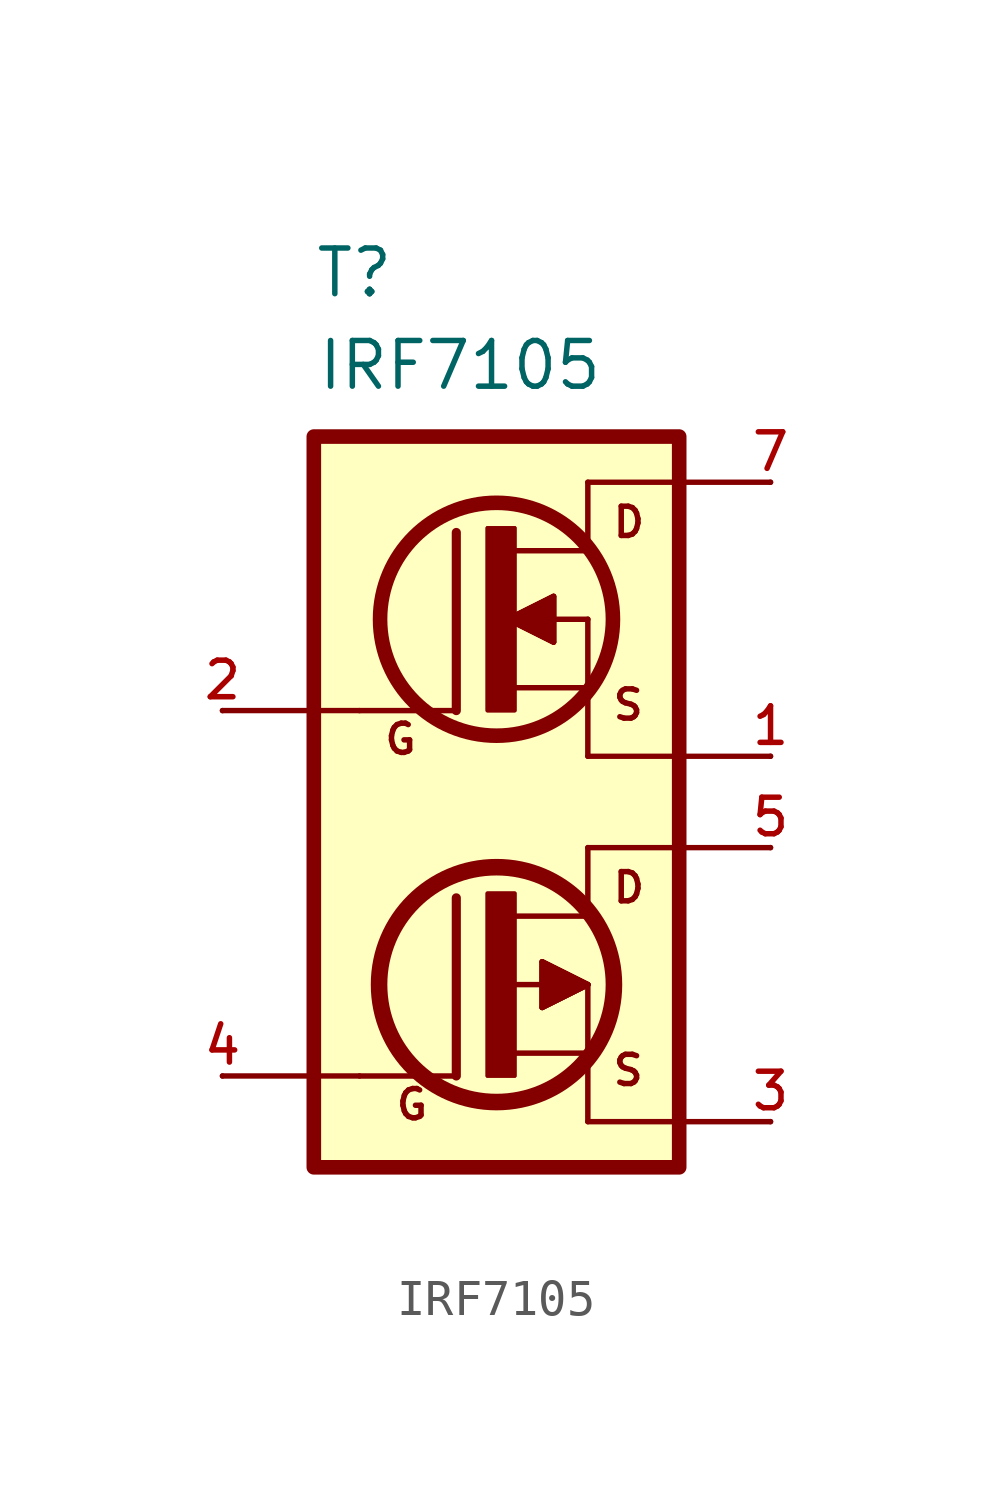
<source format=kicad_sym>
(kicad_symbol_lib
  (version 20211014)
  (generator kicad_symbol_editor)
  (symbol "IRF7105"
    (pin_names
      (offset 1.016))
    (property "Reference" "T"
      (at -5.08 13.97 0)
      (effects (font (size 1.27 1.27)) (justify left bottom)))
    (property "Value" "IRF7105"
      (at -5.016 11.398 0)
      (effects (font (size 1.27 1.27)) (justify left bottom)))
    (symbol "IRF7105_0_0"
      (rectangle (start -5.08 -10.16) (end 5.08 10.16) (stroke (width 0.406) (type default) (color 0 0 0 0)) (fill (type background)))
      (rectangle (start -0.254 -7.62) (end 0.508 -2.54) (stroke (width 0.1) (type default) (color 0 0 0 0)) (fill (type outline)))
      (rectangle (start -0.254 -7.62) (end 0.508 -2.54) (stroke (width 0.1) (type default) (color 0 0 0 0)) (fill (type outline)))
      (rectangle (start -0.254 2.54) (end 0.508 7.62) (stroke (width 0.1) (type default) (color 0 0 0 0)) (fill (type outline)))
      (rectangle (start -0.254 2.54) (end 0.508 7.62) (stroke (width 0.1) (type default) (color 0 0 0 0)) (fill (type outline)))
      (circle (center 0 -5.08) (radius 3.238) (stroke (width 0.406) (type default) (color 0 0 0 0)) (fill (type none)))
      (circle (center 0 -5.08) (radius 3.42) (stroke (width 0.152) (type default) (color 0 0 0 0)) (fill (type none)))
      (polyline (pts (xy -3.81 -7.62) (xy -7.62 -7.62)) (stroke (width 0.15) (type default) (color 0 0 0 0)) (fill (type none)))
      (polyline (pts (xy -3.81 2.54) (xy -7.62 2.54)) (stroke (width 0.15) (type default) (color 0 0 0 0)) (fill (type none)))
      (polyline (pts (xy -1.118 -7.62) (xy -3.81 -7.62)) (stroke (width 0.152) (type default) (color 0 0 0 0)) (fill (type none)))
      (polyline (pts (xy -1.118 -2.667) (xy -1.118 -7.62)) (stroke (width 0.254) (type default) (color 0 0 0 0)) (fill (type none)))
      (polyline (pts (xy -1.118 2.54) (xy -3.81 2.54)) (stroke (width 0.152) (type default) (color 0 0 0 0)) (fill (type none)))
      (polyline (pts (xy -1.118 7.493) (xy -1.118 2.54)) (stroke (width 0.254) (type default) (color 0 0 0 0)) (fill (type none)))
      (polyline (pts (xy 0.318 5.08) (xy 1.587 4.445)) (stroke (width 0.152) (type default) (color 0 0 0 0)) (fill (type none)))
      (polyline (pts (xy 0.508 -6.985) (xy 2.413 -6.985)) (stroke (width 0.152) (type default) (color 0 0 0 0)) (fill (type none)))
      (polyline (pts (xy 0.508 -5.08) (xy 2.54 -5.08)) (stroke (width 0.152) (type default) (color 0 0 0 0)) (fill (type none)))
      (polyline (pts (xy 0.508 3.175) (xy 2.413 3.175)) (stroke (width 0.152) (type default) (color 0 0 0 0)) (fill (type none)))
      (polyline (pts (xy 0.508 5.08) (xy 2.54 5.08)) (stroke (width 0.152) (type default) (color 0 0 0 0)) (fill (type none)))
      (polyline (pts (xy 1.27 -5.715) (xy 1.27 -4.445)) (stroke (width 0.152) (type default) (color 0 0 0 0)) (fill (type none)))
      (polyline (pts (xy 1.27 -4.445) (xy 2.54 -5.08)) (stroke (width 0.152) (type default) (color 0 0 0 0)) (fill (type none)))
      (polyline (pts (xy 1.587 4.445) (xy 1.587 5.715)) (stroke (width 0.152) (type default) (color 0 0 0 0)) (fill (type none)))
      (polyline (pts (xy 1.587 5.715) (xy 0.318 5.08)) (stroke (width 0.152) (type default) (color 0 0 0 0)) (fill (type none)))
      (polyline (pts (xy 2.54 -8.89) (xy 7.62 -8.89)) (stroke (width 0.152) (type default) (color 0 0 0 0)) (fill (type none)))
      (polyline (pts (xy 2.54 -5.08) (xy 1.27 -5.715)) (stroke (width 0.152) (type default) (color 0 0 0 0)) (fill (type none)))
      (polyline (pts (xy 2.54 -5.08) (xy 2.54 -8.89)) (stroke (width 0.152) (type default) (color 0 0 0 0)) (fill (type none)))
      (polyline (pts (xy 2.54 -3.175) (xy 0.533 -3.175)) (stroke (width 0.152) (type default) (color 0 0 0 0)) (fill (type none)))
      (polyline (pts (xy 2.54 -1.27) (xy 2.54 -3.175)) (stroke (width 0.152) (type default) (color 0 0 0 0)) (fill (type none)))
      (polyline (pts (xy 2.54 -1.27) (xy 7.62 -1.27)) (stroke (width 0.15) (type default) (color 0 0 0 0)) (fill (type none)))
      (polyline (pts (xy 2.54 1.27) (xy 7.62 1.27)) (stroke (width 0.15) (type default) (color 0 0 0 0)) (fill (type none)))
      (polyline (pts (xy 2.54 5.08) (xy 2.54 1.27)) (stroke (width 0.152) (type default) (color 0 0 0 0)) (fill (type none)))
      (polyline (pts (xy 2.54 6.985) (xy 0.533 6.985)) (stroke (width 0.152) (type default) (color 0 0 0 0)) (fill (type none)))
      (polyline (pts (xy 2.54 8.89) (xy 2.54 6.985)) (stroke (width 0.152) (type default) (color 0 0 0 0)) (fill (type none)))
      (polyline (pts (xy 2.54 8.89) (xy 7.62 8.89)) (stroke (width 0.15) (type default) (color 0 0 0 0)) (fill (type none)))
      (polyline (pts (xy 1.587 4.445) (xy 1.587 5.715) (xy 0.318 5.08) (xy 1.587 4.445)) (stroke (width 0.152) (type default) (color 0 0 0 0)) (fill (type outline)))
      (polyline (pts (xy 1.587 4.445) (xy 1.587 5.715) (xy 0.318 5.08) (xy 1.587 4.445)) (stroke (width 0.152) (type default) (color 0 0 0 0)) (fill (type outline)))
      (polyline (pts (xy 2.54 -5.08) (xy 1.27 -5.715) (xy 1.27 -4.445) (xy 2.54 -5.08)) (stroke (width 0.152) (type default) (color 0 0 0 0)) (fill (type outline)))
      (polyline (pts (xy 2.54 -5.08) (xy 1.27 -5.715) (xy 1.27 -4.445) (xy 2.54 -5.08)) (stroke (width 0.152) (type default) (color 0 0 0 0)) (fill (type outline)))
      (circle (center 0 5.08) (radius 3.238) (stroke (width 0.152) (type default) (color 0 0 0 0)) (fill (type none)))
      (circle (center 0 5.08) (radius 3.238) (stroke (width 0.406) (type default) (color 0 0 0 0)) (fill (type none)))
      (text "D" (at 3.175 -2.857 0) (effects (font (size 0.813 0.813)) (justify left bottom)))
      (text "D" (at 3.175 7.303 0) (effects (font (size 0.813 0.813)) (justify left bottom)))
      (text "G" (at -3.175 1.27 0) (effects (font (size 0.813 0.813)) (justify left bottom)))
      (text "G" (at -2.857 -8.89 0) (effects (font (size 0.813 0.813)) (justify left bottom)))
      (text "S" (at 3.175 -7.938 0) (effects (font (size 0.813 0.813)) (justify left bottom)))
      (text "S" (at 3.175 2.223 0) (effects (font (size 0.813 0.813)) (justify left bottom)))
      (pin passive line (at 7.62 1.27 180) (length 0) (name "~" (effects (font (size 1.016 1.016)))) (number "1" (effects (font (size 1.016 1.016)))))
      (pin passive line (at -7.62 2.54 0) (length 0) (name "~" (effects (font (size 1.016 1.016)))) (number "2" (effects (font (size 1.016 1.016)))))
      (pin passive line (at 7.62 -8.89 180) (length 0) (name "~" (effects (font (size 1.016 1.016)))) (number "3" (effects (font (size 1.016 1.016)))))
      (pin passive line (at -7.62 -7.62 0) (length 0) (name "~" (effects (font (size 1.016 1.016)))) (number "4" (effects (font (size 1.016 1.016)))))
      (pin passive line (at 7.62 -1.27 180) (length 0) (name "~" (effects (font (size 1.016 1.016)))) (number "5" (effects (font (size 1.016 1.016)))))
      (pin passive line (at 7.62 8.89 180) (length 0) (name "~" (effects (font (size 1.016 1.016)))) (number "7" (effects (font (size 1.016 1.016))))))))
</source>
